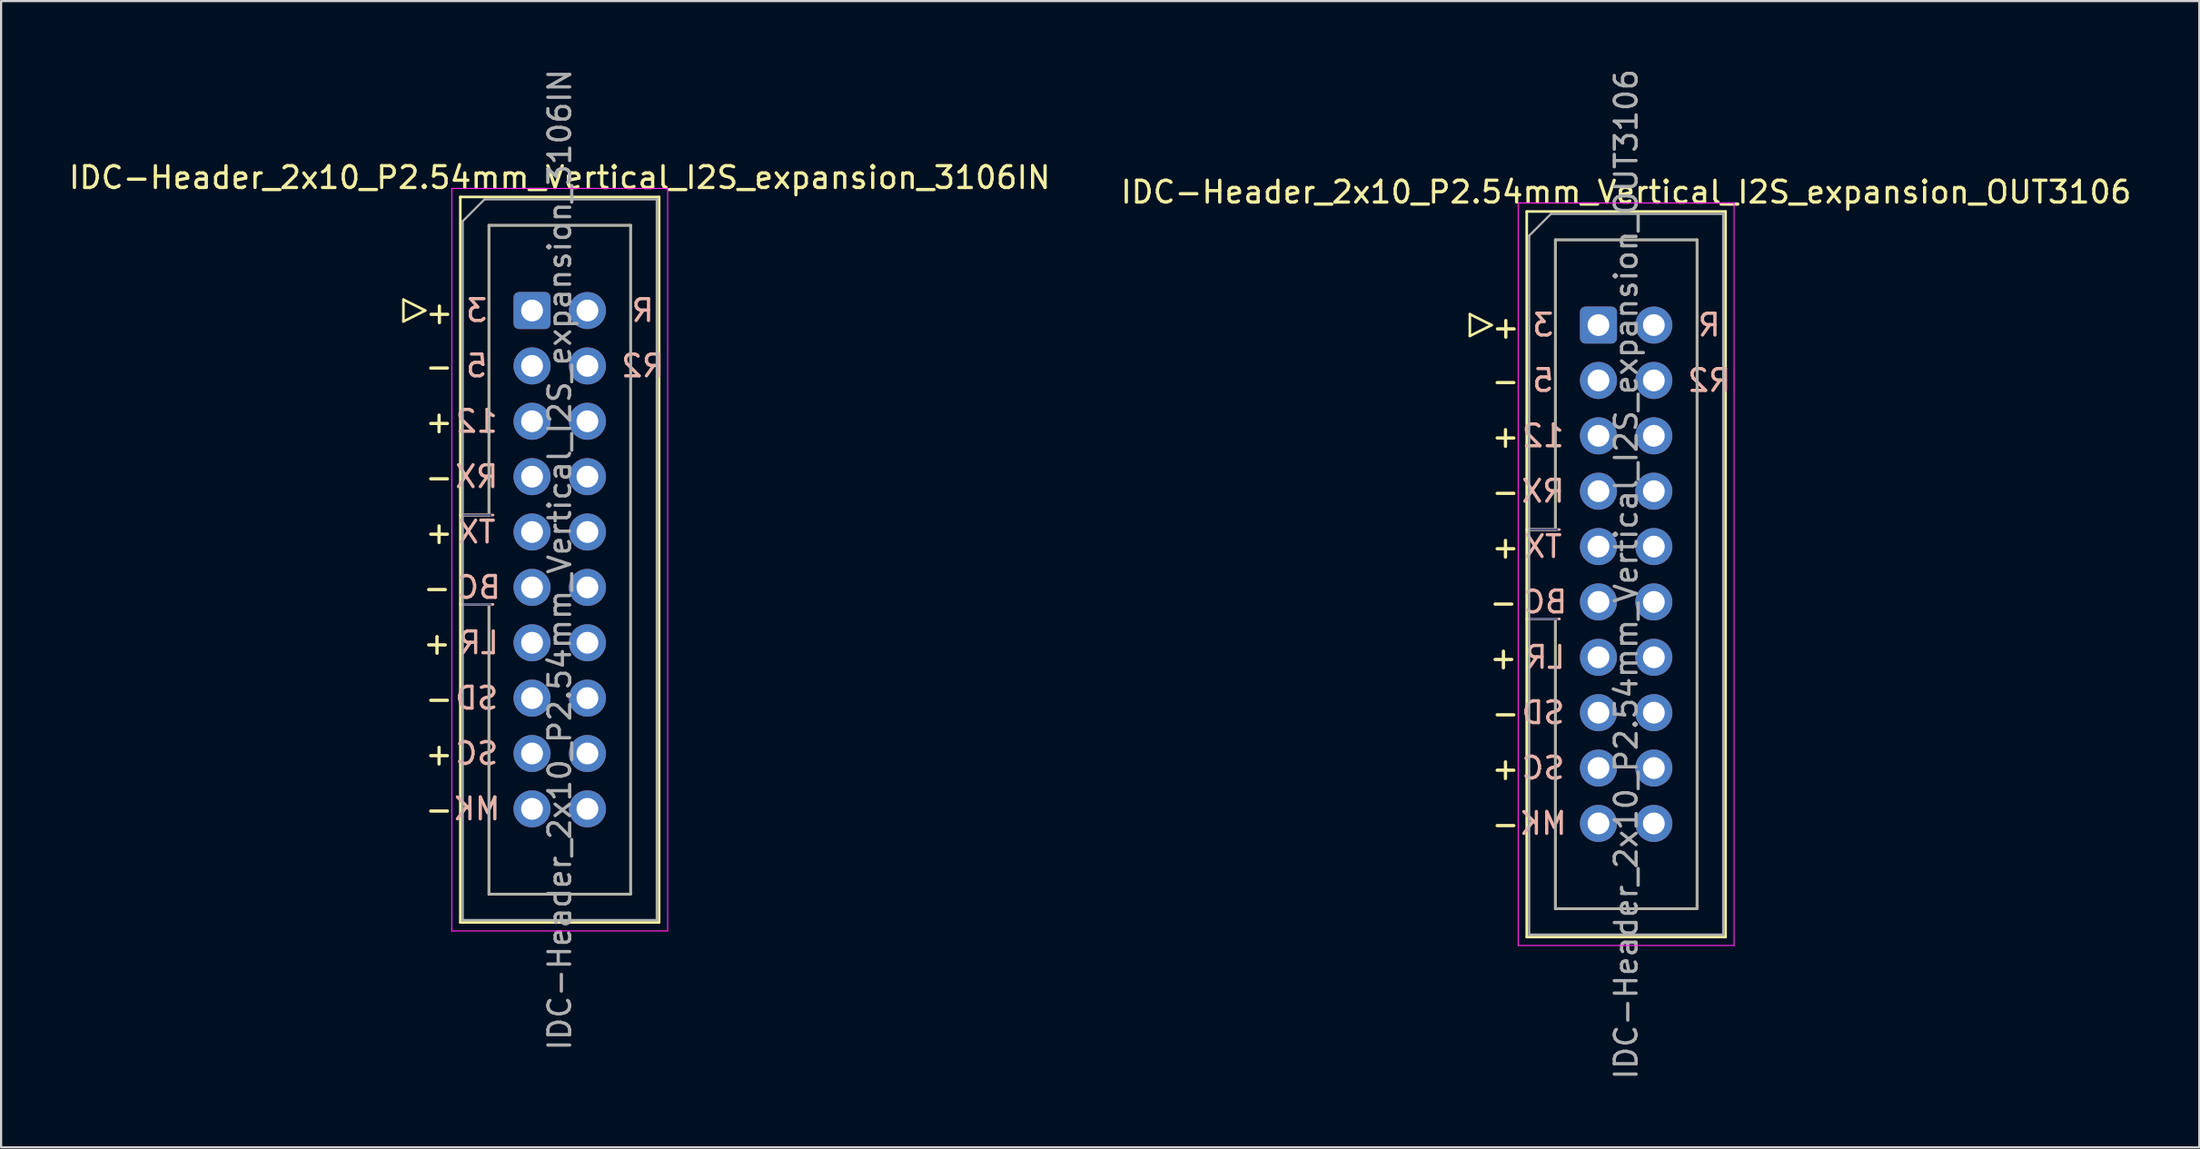
<source format=kicad_pcb>
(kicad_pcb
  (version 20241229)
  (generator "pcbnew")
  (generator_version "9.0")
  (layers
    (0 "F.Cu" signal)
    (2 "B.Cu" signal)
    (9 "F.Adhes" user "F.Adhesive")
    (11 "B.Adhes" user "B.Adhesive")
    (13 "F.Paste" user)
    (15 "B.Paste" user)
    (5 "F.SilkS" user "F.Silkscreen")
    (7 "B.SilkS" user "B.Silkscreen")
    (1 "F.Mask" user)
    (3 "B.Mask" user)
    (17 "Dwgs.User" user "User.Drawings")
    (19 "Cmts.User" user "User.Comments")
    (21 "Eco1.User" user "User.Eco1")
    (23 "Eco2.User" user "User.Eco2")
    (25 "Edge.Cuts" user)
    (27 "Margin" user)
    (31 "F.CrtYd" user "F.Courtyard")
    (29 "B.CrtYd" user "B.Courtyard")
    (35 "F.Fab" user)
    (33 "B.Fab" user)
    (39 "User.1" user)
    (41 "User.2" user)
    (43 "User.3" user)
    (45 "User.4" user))
  (footprint "IDC-Header_2x10_P2.54mm_Vertical_I2S_expansion_OUT3106"
    (layer "F.Cu")
    (at 70.272 11.862)
    (property "Reference" "IDC-Header_2x10_P2.54mm_Vertical_I2S_expansion_OUT3106" (at 1.27 -6.1 0) (layer "F.SilkS") (effects (font (size 1 1) (thickness 0.15))))
    (attr through_hole)
    (fp_line (start -5.9 -0.5) (end -5.9 0.5) (stroke (width 0.12) (type solid)) (layer "F.SilkS"))
    (fp_line (start -5.9 0.5) (end -4.9 0) (stroke (width 0.12) (type solid)) (layer "F.SilkS"))
    (fp_line (start -4.9 0) (end -5.9 -0.5) (stroke (width 0.12) (type solid)) (layer "F.SilkS"))
    (fp_line (start -3.29 -5.21) (end 5.83 -5.21) (stroke (width 0.12) (type solid)) (layer "F.SilkS"))
    (fp_line (start -3.29 9.38) (end -1.98 9.38) (stroke (width 0.12) (type solid)) (layer "F.SilkS"))
    (fp_line (start -3.29 28.07) (end -3.29 -5.21) (stroke (width 0.12) (type solid)) (layer "F.SilkS"))
    (fp_line (start -1.98 -3.91) (end 4.52 -3.91) (stroke (width 0.12) (type solid)) (layer "F.SilkS"))
    (fp_line (start -1.98 9.38) (end -1.98 -3.91) (stroke (width 0.12) (type solid)) (layer "F.SilkS"))
    (fp_line (start -1.98 13.48) (end -3.29 13.48) (stroke (width 0.12) (type solid)) (layer "F.SilkS"))
    (fp_line (start -1.98 13.48) (end -1.98 13.48) (stroke (width 0.12) (type solid)) (layer "F.SilkS"))
    (fp_line (start -1.98 26.77) (end -1.98 13.48) (stroke (width 0.12) (type solid)) (layer "F.SilkS"))
    (fp_line (start 4.52 -3.91) (end 4.52 26.77) (stroke (width 0.12) (type solid)) (layer "F.SilkS"))
    (fp_line (start 4.52 26.77) (end -1.98 26.77) (stroke (width 0.12) (type solid)) (layer "F.SilkS"))
    (fp_line (start 5.83 -5.21) (end 5.83 28.07) (stroke (width 0.12) (type solid)) (layer "F.SilkS"))
    (fp_line (start 5.83 28.07) (end -3.29 28.07) (stroke (width 0.12) (type solid)) (layer "F.SilkS"))
    (fp_line (start -3.1 13.48) (end -1.79 13.48) (stroke (width 0.12) (type solid)) (layer "B.SilkS"))
    (fp_line (start -1.79 9.38) (end -3.1 9.38) (stroke (width 0.12) (type solid)) (layer "B.SilkS"))
    (fp_line (start -3.68 -5.6) (end -3.68 28.46) (stroke (width 0.05) (type solid)) (layer "F.CrtYd"))
    (fp_line (start -3.68 28.46) (end 6.22 28.46) (stroke (width 0.05) (type solid)) (layer "F.CrtYd"))
    (fp_line (start 6.22 -5.6) (end -3.68 -5.6) (stroke (width 0.05) (type solid)) (layer "F.CrtYd"))
    (fp_line (start 6.22 28.46) (end 6.22 -5.6) (stroke (width 0.05) (type solid)) (layer "F.CrtYd"))
    (fp_line (start -3.1 13.48) (end -1.9 13.48) (stroke (width 0.1) (type solid)) (layer "B.Fab"))
    (fp_line (start -1.9 9.38) (end -3.1 9.38) (stroke (width 0.1) (type solid)) (layer "B.Fab"))
    (fp_line (start -3.18 -4.1) (end -2.18 -5.1) (stroke (width 0.1) (type solid)) (layer "F.Fab"))
    (fp_line (start -3.18 9.38) (end -1.98 9.38) (stroke (width 0.1) (type solid)) (layer "F.Fab"))
    (fp_line (start -3.18 27.96) (end -3.18 -4.1) (stroke (width 0.1) (type solid)) (layer "F.Fab"))
    (fp_line (start -2.18 -5.1) (end 5.72 -5.1) (stroke (width 0.1) (type solid)) (layer "F.Fab"))
    (fp_line (start -1.98 -3.91) (end 4.52 -3.91) (stroke (width 0.1) (type solid)) (layer "F.Fab"))
    (fp_line (start -1.98 9.38) (end -1.98 -3.91) (stroke (width 0.1) (type solid)) (layer "F.Fab"))
    (fp_line (start -1.98 13.48) (end -3.18 13.48) (stroke (width 0.1) (type solid)) (layer "F.Fab"))
    (fp_line (start -1.98 13.48) (end -1.98 13.48) (stroke (width 0.1) (type solid)) (layer "F.Fab"))
    (fp_line (start -1.98 26.77) (end -1.98 13.48) (stroke (width 0.1) (type solid)) (layer "F.Fab"))
    (fp_line (start 4.52 -3.91) (end 4.52 26.77) (stroke (width 0.1) (type solid)) (layer "F.Fab"))
    (fp_line (start 4.52 26.77) (end -1.98 26.77) (stroke (width 0.1) (type solid)) (layer "F.Fab"))
    (fp_line (start 5.72 -5.1) (end 5.72 27.96) (stroke (width 0.1) (type solid)) (layer "F.Fab"))
    (fp_line (start 5.72 27.96) (end -3.18 27.96) (stroke (width 0.1) (type solid)) (layer "F.Fab"))
    (fp_text user "-" (at -4.265 2.565 0) (unlocked yes) (layer "F.SilkS") (effects (font (size 1 1) (thickness 0.15))))
    (fp_text user "-" (at -4.265 17.805 0) (unlocked yes) (layer "F.SilkS") (effects (font (size 1 1) (thickness 0.15))))
    (fp_text user "-" (at -4.265 22.885 0) (unlocked yes) (layer "F.SilkS") (effects (font (size 1 1) (thickness 0.15))))
    (fp_text user "+" (at -4.36 15.265 0) (unlocked yes) (layer "F.SilkS") (effects (font (size 1 1) (thickness 0.15))))
    (fp_text user "+" (at -4.25 0.1 0) (unlocked yes) (layer "F.SilkS") (effects (font (size 1 1) (thickness 0.15))))
    (fp_text user "+" (at -4.265 5.105 0) (unlocked yes) (layer "F.SilkS") (effects (font (size 1 1) (thickness 0.15))))
    (fp_text user "-" (at -4.36 12.725 0) (unlocked yes) (layer "F.SilkS") (effects (font (size 1 1) (thickness 0.15))))
    (fp_text user "-" (at -4.265 7.645 0) (unlocked yes) (layer "F.SilkS") (effects (font (size 1 1) (thickness 0.15))))
    (fp_text user "+" (at -4.265 10.185 0) (unlocked yes) (layer "F.SilkS") (effects (font (size 1 1) (thickness 0.15))))
    (fp_text user "+" (at -4.265 20.345 0) (unlocked yes) (layer "F.SilkS") (effects (font (size 1 1) (thickness 0.15))))
    (fp_text user "LR" (at -2.445 15.24 0) (unlocked yes) (layer "B.SilkS") (effects (font (size 1 1) (thickness 0.15)) (justify mirror)))
    (fp_text user "SD" (at -2.54 17.78 0) (unlocked yes) (layer "B.SilkS") (effects (font (size 1 1) (thickness 0.15)) (justify mirror)))
    (fp_text user "MK" (at -2.54 22.86 0) (unlocked yes) (layer "B.SilkS") (effects (font (size 1 1) (thickness 0.15)) (justify mirror)))
    (fp_text user "R" (at 5.08 0 0) (unlocked yes) (layer "B.SilkS") (effects (font (size 1 1) (thickness 0.15)) (justify mirror)))
    (fp_text user "R2" (at 5.08 2.54 0) (unlocked yes) (layer "B.SilkS") (effects (font (size 1 1) (thickness 0.15)) (justify mirror)))
    (fp_text user "RX" (at -2.54 7.62 0) (unlocked yes) (layer "B.SilkS") (effects (font (size 1 1) (thickness 0.15)) (justify mirror)))
    (fp_text user "5" (at -2.54 2.54 0) (unlocked yes) (layer "B.SilkS") (effects (font (size 1 1) (thickness 0.15)) (justify mirror)))
    (fp_text user "TX" (at -2.54 10.16 0) (unlocked yes) (layer "B.SilkS") (effects (font (size 1 1) (thickness 0.15)) (justify mirror)))
    (fp_text user "SC" (at -2.54 20.32 0) (unlocked yes) (layer "B.SilkS") (effects (font (size 1 1) (thickness 0.15)) (justify mirror)))
    (fp_text user "3" (at -2.54 0 0) (unlocked yes) (layer "B.SilkS") (effects (font (size 1 1) (thickness 0.15)) (justify mirror)))
    (fp_text user "12" (at -2.54 5.08 0) (unlocked yes) (layer "B.SilkS") (effects (font (size 1 1) (thickness 0.15)) (justify mirror)))
    (fp_text user "BC" (at -2.445 12.7 0) (unlocked yes) (layer "B.SilkS") (effects (font (size 1 1) (thickness 0.15)) (justify mirror)))
    (fp_text user "${REFERENCE}" (at 1.27 11.43 90) (layer "F.Fab") (effects (font (size 1 1) (thickness 0.15))))
    (pad "1" thru_hole roundrect (at 0 0) (size 1.7 1.7) (drill 1) (layers "*.Cu" "*.Mask") (roundrect_rratio 0.147))
    (pad "2" thru_hole circle (at 2.54 0) (size 1.7 1.7) (drill 1) (layers "*.Cu" "*.Mask"))
    (pad "3" thru_hole circle (at 0 2.54) (size 1.7 1.7) (drill 1) (layers "*.Cu" "*.Mask"))
    (pad "4" thru_hole circle (at 2.54 2.54) (size 1.7 1.7) (drill 1) (layers "*.Cu" "*.Mask"))
    (pad "5" thru_hole circle (at 0 5.08) (size 1.7 1.7) (drill 1) (layers "*.Cu" "*.Mask"))
    (pad "6" thru_hole circle (at 2.54 5.08) (size 1.7 1.7) (drill 1) (layers "*.Cu" "*.Mask"))
    (pad "7" thru_hole circle (at 0 7.62) (size 1.7 1.7) (drill 1) (layers "*.Cu" "*.Mask"))
    (pad "8" thru_hole circle (at 2.54 7.62) (size 1.7 1.7) (drill 1) (layers "*.Cu" "*.Mask"))
    (pad "9" thru_hole circle (at 0 10.16) (size 1.7 1.7) (drill 1) (layers "*.Cu" "*.Mask"))
    (pad "10" thru_hole circle (at 2.54 10.16) (size 1.7 1.7) (drill 1) (layers "*.Cu" "*.Mask"))
    (pad "11" thru_hole circle (at 0 12.7) (size 1.7 1.7) (drill 1) (layers "*.Cu" "*.Mask"))
    (pad "12" thru_hole circle (at 2.54 12.7) (size 1.7 1.7) (drill 1) (layers "*.Cu" "*.Mask"))
    (pad "13" thru_hole circle (at 0 15.24) (size 1.7 1.7) (drill 1) (layers "*.Cu" "*.Mask"))
    (pad "14" thru_hole circle (at 2.54 15.24) (size 1.7 1.7) (drill 1) (layers "*.Cu" "*.Mask"))
    (pad "15" thru_hole circle (at 0 17.78) (size 1.7 1.7) (drill 1) (layers "*.Cu" "*.Mask"))
    (pad "16" thru_hole circle (at 2.54 17.78) (size 1.7 1.7) (drill 1) (layers "*.Cu" "*.Mask"))
    (pad "17" thru_hole circle (at 0 20.32) (size 1.7 1.7) (drill 1) (layers "*.Cu" "*.Mask"))
    (pad "18" thru_hole circle (at 2.54 20.32) (size 1.7 1.7) (drill 1) (layers "*.Cu" "*.Mask"))
    (pad "19" thru_hole circle (at 0 22.86) (size 1.7 1.7) (drill 1) (layers "*.Cu" "*.Mask"))
    (pad "20" thru_hole circle (at 2.54 22.86) (size 1.7 1.7) (drill 1) (layers "*.Cu" "*.Mask")))
  (footprint "IDC-Header_2x10_P2.54mm_Vertical_I2S_expansion_3106IN"
    (layer "F.Cu")
    (at 21.355 11.195)
    (property "Reference" "IDC-Header_2x10_P2.54mm_Vertical_I2S_expansion_3106IN" (at 1.27 -6.1 0) (layer "F.SilkS") (effects (font (size 1 1) (thickness 0.15))))
    (attr through_hole)
    (fp_line (start -5.9 -0.5) (end -5.9 0.5) (stroke (width 0.12) (type solid)) (layer "F.SilkS"))
    (fp_line (start -5.9 0.5) (end -4.9 0) (stroke (width 0.12) (type solid)) (layer "F.SilkS"))
    (fp_line (start -4.9 0) (end -5.9 -0.5) (stroke (width 0.12) (type solid)) (layer "F.SilkS"))
    (fp_line (start -3.29 -5.21) (end 5.83 -5.21) (stroke (width 0.12) (type solid)) (layer "F.SilkS"))
    (fp_line (start -3.29 9.38) (end -1.98 9.38) (stroke (width 0.12) (type solid)) (layer "F.SilkS"))
    (fp_line (start -3.29 28.07) (end -3.29 -5.21) (stroke (width 0.12) (type solid)) (layer "F.SilkS"))
    (fp_line (start -1.98 -3.91) (end 4.52 -3.91) (stroke (width 0.12) (type solid)) (layer "F.SilkS"))
    (fp_line (start -1.98 9.38) (end -1.98 -3.91) (stroke (width 0.12) (type solid)) (layer "F.SilkS"))
    (fp_line (start -1.98 13.48) (end -3.29 13.48) (stroke (width 0.12) (type solid)) (layer "F.SilkS"))
    (fp_line (start -1.98 13.48) (end -1.98 13.48) (stroke (width 0.12) (type solid)) (layer "F.SilkS"))
    (fp_line (start -1.98 26.77) (end -1.98 13.48) (stroke (width 0.12) (type solid)) (layer "F.SilkS"))
    (fp_line (start 4.52 -3.91) (end 4.52 26.77) (stroke (width 0.12) (type solid)) (layer "F.SilkS"))
    (fp_line (start 4.52 26.77) (end -1.98 26.77) (stroke (width 0.12) (type solid)) (layer "F.SilkS"))
    (fp_line (start 5.83 -5.21) (end 5.83 28.07) (stroke (width 0.12) (type solid)) (layer "F.SilkS"))
    (fp_line (start 5.83 28.07) (end -3.29 28.07) (stroke (width 0.12) (type solid)) (layer "F.SilkS"))
    (fp_line (start -3.1 13.48) (end -1.79 13.48) (stroke (width 0.12) (type solid)) (layer "B.SilkS"))
    (fp_line (start -1.79 9.38) (end -3.1 9.38) (stroke (width 0.12) (type solid)) (layer "B.SilkS"))
    (fp_line (start -3.68 -5.6) (end -3.68 28.46) (stroke (width 0.05) (type solid)) (layer "F.CrtYd"))
    (fp_line (start -3.68 28.46) (end 6.22 28.46) (stroke (width 0.05) (type solid)) (layer "F.CrtYd"))
    (fp_line (start 6.22 -5.6) (end -3.68 -5.6) (stroke (width 0.05) (type solid)) (layer "F.CrtYd"))
    (fp_line (start 6.22 28.46) (end 6.22 -5.6) (stroke (width 0.05) (type solid)) (layer "F.CrtYd"))
    (fp_line (start -3.1 13.48) (end -1.9 13.48) (stroke (width 0.1) (type solid)) (layer "B.Fab"))
    (fp_line (start -1.9 9.38) (end -3.1 9.38) (stroke (width 0.1) (type solid)) (layer "B.Fab"))
    (fp_line (start -3.18 -4.1) (end -2.18 -5.1) (stroke (width 0.1) (type solid)) (layer "F.Fab"))
    (fp_line (start -3.18 9.38) (end -1.98 9.38) (stroke (width 0.1) (type solid)) (layer "F.Fab"))
    (fp_line (start -3.18 27.96) (end -3.18 -4.1) (stroke (width 0.1) (type solid)) (layer "F.Fab"))
    (fp_line (start -2.18 -5.1) (end 5.72 -5.1) (stroke (width 0.1) (type solid)) (layer "F.Fab"))
    (fp_line (start -1.98 -3.91) (end 4.52 -3.91) (stroke (width 0.1) (type solid)) (layer "F.Fab"))
    (fp_line (start -1.98 9.38) (end -1.98 -3.91) (stroke (width 0.1) (type solid)) (layer "F.Fab"))
    (fp_line (start -1.98 13.48) (end -3.18 13.48) (stroke (width 0.1) (type solid)) (layer "F.Fab"))
    (fp_line (start -1.98 13.48) (end -1.98 13.48) (stroke (width 0.1) (type solid)) (layer "F.Fab"))
    (fp_line (start -1.98 26.77) (end -1.98 13.48) (stroke (width 0.1) (type solid)) (layer "F.Fab"))
    (fp_line (start 4.52 -3.91) (end 4.52 26.77) (stroke (width 0.1) (type solid)) (layer "F.Fab"))
    (fp_line (start 4.52 26.77) (end -1.98 26.77) (stroke (width 0.1) (type solid)) (layer "F.Fab"))
    (fp_line (start 5.72 -5.1) (end 5.72 27.96) (stroke (width 0.1) (type solid)) (layer "F.Fab"))
    (fp_line (start 5.72 27.96) (end -3.18 27.96) (stroke (width 0.1) (type solid)) (layer "F.Fab"))
    (fp_text user "-" (at -4.265 7.645 0) (unlocked yes) (layer "F.SilkS") (effects (font (size 1 1) (thickness 0.15))))
    (fp_text user "+" (at -4.265 10.185 0) (unlocked yes) (layer "F.SilkS") (effects (font (size 1 1) (thickness 0.15))))
    (fp_text user "-" (at -4.265 22.885 0) (unlocked yes) (layer "F.SilkS") (effects (font (size 1 1) (thickness 0.15))))
    (fp_text user "-" (at -4.36 12.725 0) (unlocked yes) (layer "F.SilkS") (effects (font (size 1 1) (thickness 0.15))))
    (fp_text user "+" (at -4.36 15.265 0) (unlocked yes) (layer "F.SilkS") (effects (font (size 1 1) (thickness 0.15))))
    (fp_text user "+" (at -4.265 5.105 0) (unlocked yes) (layer "F.SilkS") (effects (font (size 1 1) (thickness 0.15))))
    (fp_text user "-" (at -4.265 2.565 0) (unlocked yes) (layer "F.SilkS") (effects (font (size 1 1) (thickness 0.15))))
    (fp_text user "+" (at -4.265 20.345 0) (unlocked yes) (layer "F.SilkS") (effects (font (size 1 1) (thickness 0.15))))
    (fp_text user "+" (at -4.25 0.1 0) (unlocked yes) (layer "F.SilkS") (effects (font (size 1 1) (thickness 0.15))))
    (fp_text user "-" (at -4.265 17.805 0) (unlocked yes) (layer "F.SilkS") (effects (font (size 1 1) (thickness 0.15))))
    (fp_text user "SD" (at -2.54 17.78 0) (unlocked yes) (layer "B.SilkS") (effects (font (size 1 1) (thickness 0.15)) (justify mirror)))
    (fp_text user "SC" (at -2.54 20.32 0) (unlocked yes) (layer "B.SilkS") (effects (font (size 1 1) (thickness 0.15)) (justify mirror)))
    (fp_text user "BC" (at -2.445 12.7 0) (unlocked yes) (layer "B.SilkS") (effects (font (size 1 1) (thickness 0.15)) (justify mirror)))
    (fp_text user "R2" (at 5.08 2.54 0) (unlocked yes) (layer "B.SilkS") (effects (font (size 1 1) (thickness 0.15)) (justify mirror)))
    (fp_text user "R" (at 5.08 0 0) (unlocked yes) (layer "B.SilkS") (effects (font (size 1 1) (thickness 0.15)) (justify mirror)))
    (fp_text user "12" (at -2.54 5.08 0) (unlocked yes) (layer "B.SilkS") (effects (font (size 1 1) (thickness 0.15)) (justify mirror)))
    (fp_text user "RX" (at -2.54 7.62 0) (unlocked yes) (layer "B.SilkS") (effects (font (size 1 1) (thickness 0.15)) (justify mirror)))
    (fp_text user "MK" (at -2.54 22.86 0) (unlocked yes) (layer "B.SilkS") (effects (font (size 1 1) (thickness 0.15)) (justify mirror)))
    (fp_text user "5" (at -2.54 2.54 0) (unlocked yes) (layer "B.SilkS") (effects (font (size 1 1) (thickness 0.15)) (justify mirror)))
    (fp_text user "TX" (at -2.54 10.16 0) (unlocked yes) (layer "B.SilkS") (effects (font (size 1 1) (thickness 0.15)) (justify mirror)))
    (fp_text user "LR" (at -2.445 15.24 0) (unlocked yes) (layer "B.SilkS") (effects (font (size 1 1) (thickness 0.15)) (justify mirror)))
    (fp_text user "3" (at -2.54 0 0) (unlocked yes) (layer "B.SilkS") (effects (font (size 1 1) (thickness 0.15)) (justify mirror)))
    (fp_text user "${REFERENCE}" (at 1.27 11.43 90) (layer "F.Fab") (effects (font (size 1 1) (thickness 0.15))))
    (pad "1" thru_hole roundrect (at 0 0) (size 1.7 1.7) (drill 1) (layers "*.Cu" "*.Mask") (roundrect_rratio 0.147))
    (pad "2" thru_hole circle (at 2.54 0) (size 1.7 1.7) (drill 1) (layers "*.Cu" "*.Mask"))
    (pad "3" thru_hole circle (at 0 2.54) (size 1.7 1.7) (drill 1) (layers "*.Cu" "*.Mask"))
    (pad "4" thru_hole circle (at 2.54 2.54) (size 1.7 1.7) (drill 1) (layers "*.Cu" "*.Mask"))
    (pad "5" thru_hole circle (at 0 5.08) (size 1.7 1.7) (drill 1) (layers "*.Cu" "*.Mask"))
    (pad "6" thru_hole circle (at 2.54 5.08) (size 1.7 1.7) (drill 1) (layers "*.Cu" "*.Mask"))
    (pad "7" thru_hole circle (at 0 7.62) (size 1.7 1.7) (drill 1) (layers "*.Cu" "*.Mask"))
    (pad "8" thru_hole circle (at 2.54 7.62) (size 1.7 1.7) (drill 1) (layers "*.Cu" "*.Mask"))
    (pad "9" thru_hole circle (at 0 10.16) (size 1.7 1.7) (drill 1) (layers "*.Cu" "*.Mask"))
    (pad "10" thru_hole circle (at 2.54 10.16) (size 1.7 1.7) (drill 1) (layers "*.Cu" "*.Mask"))
    (pad "11" thru_hole circle (at 0 12.7) (size 1.7 1.7) (drill 1) (layers "*.Cu" "*.Mask"))
    (pad "12" thru_hole circle (at 2.54 12.7) (size 1.7 1.7) (drill 1) (layers "*.Cu" "*.Mask"))
    (pad "13" thru_hole circle (at 0 15.24) (size 1.7 1.7) (drill 1) (layers "*.Cu" "*.Mask"))
    (pad "14" thru_hole circle (at 2.54 15.24) (size 1.7 1.7) (drill 1) (layers "*.Cu" "*.Mask"))
    (pad "15" thru_hole circle (at 0 17.78) (size 1.7 1.7) (drill 1) (layers "*.Cu" "*.Mask"))
    (pad "16" thru_hole circle (at 2.54 17.78) (size 1.7 1.7) (drill 1) (layers "*.Cu" "*.Mask"))
    (pad "17" thru_hole circle (at 0 20.32) (size 1.7 1.7) (drill 1) (layers "*.Cu" "*.Mask"))
    (pad "18" thru_hole circle (at 2.54 20.32) (size 1.7 1.7) (drill 1) (layers "*.Cu" "*.Mask"))
    (pad "19" thru_hole circle (at 0 22.86) (size 1.7 1.7) (drill 1) (layers "*.Cu" "*.Mask"))
    (pad "20" thru_hole circle (at 2.54 22.86) (size 1.7 1.7) (drill 1) (layers "*.Cu" "*.Mask")))
  (gr_rect
    (start -3 -3)
    (end 97.833 49.583)
    (stroke (width 0.1) (type default))
    (fill no)
    (layer "Edge.Cuts")))
</source>
